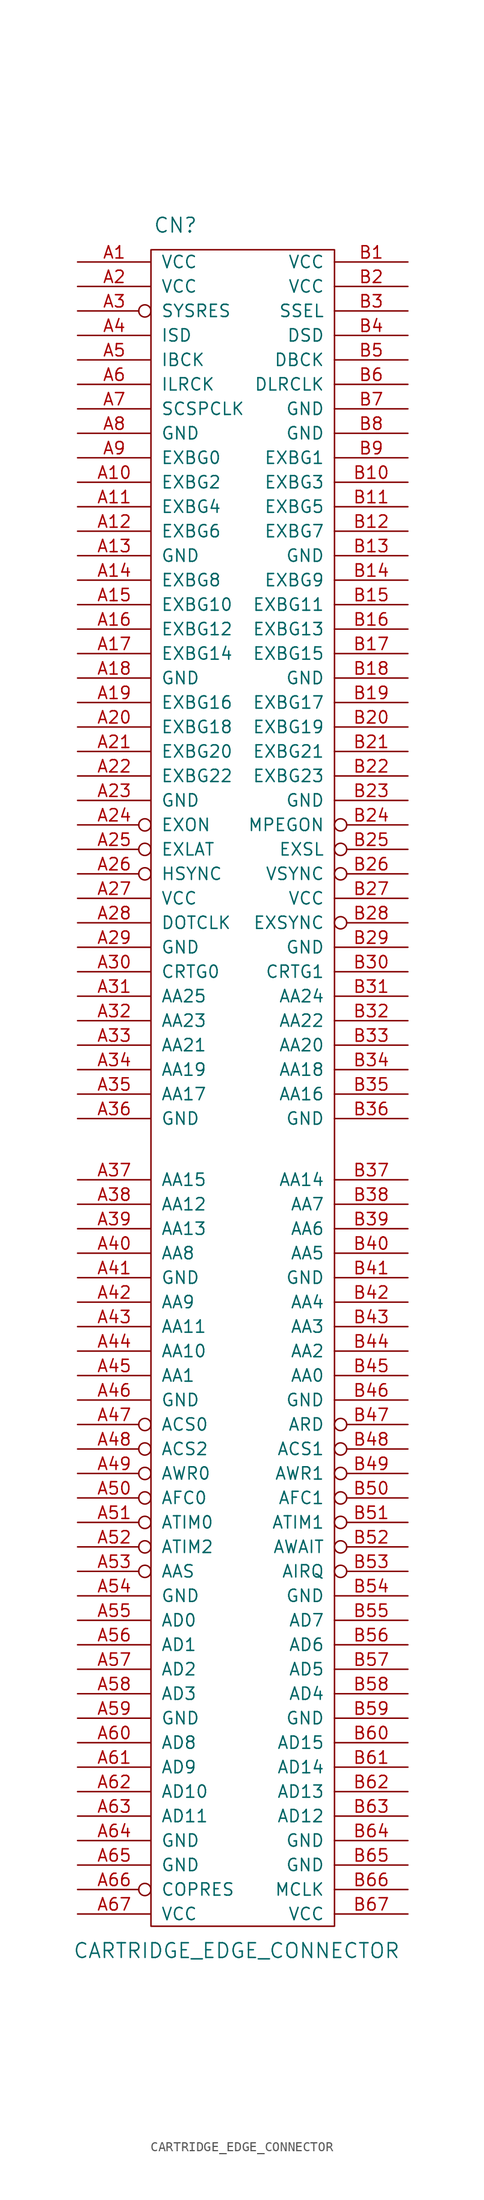
<source format=kicad_sym>
(kicad_symbol_lib
  (version 20211014)
  (generator kicad_symbol_editor)
  (symbol "CARTRIDGE_EDGE_CONNECTOR"
    (pin_names
      (offset 1.016))
    (property "Reference" "CN"
      (at -6.35 96.52 0)
      (effects (font (size 1.524 1.524))))
    (property "Value" "CARTRIDGE_EDGE_CONNECTOR"
      (at 0 -82.55 0)
      (effects (font (size 1.524 1.524))))
    (property "Footprint" ""
      (at 0 0 0)
      (effects (font (size 1.524 1.524))))
    (property "Datasheet" ""
      (at 0 0 0)
      (effects (font (size 1.524 1.524))))
    (symbol "CARTRIDGE_EDGE_CONNECTOR_0_1"
      (rectangle (start -8.89 93.98) (end 10.16 -80.01) (stroke (width 0) (type default) (color 0 0 0 0)) (fill (type none))))
    (symbol "CARTRIDGE_EDGE_CONNECTOR_1_1"
      (pin power_in line (at -16.51 92.71 0) (length 7.62) (name "VCC" (effects (font (size 1.27 1.27)))) (number "A1" (effects (font (size 1.27 1.27)))))
      (pin input line (at -16.51 69.85 0) (length 7.62) (name "EXBG2" (effects (font (size 1.27 1.27)))) (number "A10" (effects (font (size 1.27 1.27)))))
      (pin input line (at -16.51 67.31 0) (length 7.62) (name "EXBG4" (effects (font (size 1.27 1.27)))) (number "A11" (effects (font (size 1.27 1.27)))))
      (pin input line (at -16.51 64.77 0) (length 7.62) (name "EXBG6" (effects (font (size 1.27 1.27)))) (number "A12" (effects (font (size 1.27 1.27)))))
      (pin power_in line (at -16.51 62.23 0) (length 7.62) (name "GND" (effects (font (size 1.27 1.27)))) (number "A13" (effects (font (size 1.27 1.27)))))
      (pin input line (at -16.51 59.69 0) (length 7.62) (name "EXBG8" (effects (font (size 1.27 1.27)))) (number "A14" (effects (font (size 1.27 1.27)))))
      (pin input line (at -16.51 57.15 0) (length 7.62) (name "EXBG10" (effects (font (size 1.27 1.27)))) (number "A15" (effects (font (size 1.27 1.27)))))
      (pin input line (at -16.51 54.61 0) (length 7.62) (name "EXBG12" (effects (font (size 1.27 1.27)))) (number "A16" (effects (font (size 1.27 1.27)))))
      (pin input line (at -16.51 52.07 0) (length 7.62) (name "EXBG14" (effects (font (size 1.27 1.27)))) (number "A17" (effects (font (size 1.27 1.27)))))
      (pin power_in line (at -16.51 49.53 0) (length 7.62) (name "GND" (effects (font (size 1.27 1.27)))) (number "A18" (effects (font (size 1.27 1.27)))))
      (pin input line (at -16.51 46.99 0) (length 7.62) (name "EXBG16" (effects (font (size 1.27 1.27)))) (number "A19" (effects (font (size 1.27 1.27)))))
      (pin power_in line (at -16.51 90.17 0) (length 7.62) (name "VCC" (effects (font (size 1.27 1.27)))) (number "A2" (effects (font (size 1.27 1.27)))))
      (pin input line (at -16.51 44.45 0) (length 7.62) (name "EXBG18" (effects (font (size 1.27 1.27)))) (number "A20" (effects (font (size 1.27 1.27)))))
      (pin input line (at -16.51 41.91 0) (length 7.62) (name "EXBG20" (effects (font (size 1.27 1.27)))) (number "A21" (effects (font (size 1.27 1.27)))))
      (pin input line (at -16.51 39.37 0) (length 7.62) (name "EXBG22" (effects (font (size 1.27 1.27)))) (number "A22" (effects (font (size 1.27 1.27)))))
      (pin power_in line (at -16.51 36.83 0) (length 7.62) (name "GND" (effects (font (size 1.27 1.27)))) (number "A23" (effects (font (size 1.27 1.27)))))
      (pin input inverted (at -16.51 34.29 0) (length 7.62) (name "EXON" (effects (font (size 1.27 1.27)))) (number "A24" (effects (font (size 1.27 1.27)))))
      (pin input inverted (at -16.51 31.75 0) (length 7.62) (name "EXLAT" (effects (font (size 1.27 1.27)))) (number "A25" (effects (font (size 1.27 1.27)))))
      (pin input inverted (at -16.51 29.21 0) (length 7.62) (name "HSYNC" (effects (font (size 1.27 1.27)))) (number "A26" (effects (font (size 1.27 1.27)))))
      (pin power_in line (at -16.51 26.67 0) (length 7.62) (name "VCC" (effects (font (size 1.27 1.27)))) (number "A27" (effects (font (size 1.27 1.27)))))
      (pin input line (at -16.51 24.13 0) (length 7.62) (name "DOTCLK" (effects (font (size 1.27 1.27)))) (number "A28" (effects (font (size 1.27 1.27)))))
      (pin power_in line (at -16.51 21.59 0) (length 7.62) (name "GND" (effects (font (size 1.27 1.27)))) (number "A29" (effects (font (size 1.27 1.27)))))
      (pin input inverted (at -16.51 87.63 0) (length 7.62) (name "SYSRES" (effects (font (size 1.27 1.27)))) (number "A3" (effects (font (size 1.27 1.27)))))
      (pin input line (at -16.51 19.05 0) (length 7.62) (name "CRTG0" (effects (font (size 1.27 1.27)))) (number "A30" (effects (font (size 1.27 1.27)))))
      (pin output line (at -16.51 16.51 0) (length 7.62) (name "AA25" (effects (font (size 1.27 1.27)))) (number "A31" (effects (font (size 1.27 1.27)))))
      (pin output line (at -16.51 13.97 0) (length 7.62) (name "AA23" (effects (font (size 1.27 1.27)))) (number "A32" (effects (font (size 1.27 1.27)))))
      (pin output line (at -16.51 11.43 0) (length 7.62) (name "AA21" (effects (font (size 1.27 1.27)))) (number "A33" (effects (font (size 1.27 1.27)))))
      (pin output line (at -16.51 8.89 0) (length 7.62) (name "AA19" (effects (font (size 1.27 1.27)))) (number "A34" (effects (font (size 1.27 1.27)))))
      (pin output line (at -16.51 6.35 0) (length 7.62) (name "AA17" (effects (font (size 1.27 1.27)))) (number "A35" (effects (font (size 1.27 1.27)))))
      (pin power_in line (at -16.51 3.81 0) (length 7.62) (name "GND" (effects (font (size 1.27 1.27)))) (number "A36" (effects (font (size 1.27 1.27)))))
      (pin output line (at -16.51 -2.54 0) (length 7.62) (name "AA15" (effects (font (size 1.27 1.27)))) (number "A37" (effects (font (size 1.27 1.27)))))
      (pin output line (at -16.51 -5.08 0) (length 7.62) (name "AA12" (effects (font (size 1.27 1.27)))) (number "A38" (effects (font (size 1.27 1.27)))))
      (pin output line (at -16.51 -7.62 0) (length 7.62) (name "AA13" (effects (font (size 1.27 1.27)))) (number "A39" (effects (font (size 1.27 1.27)))))
      (pin input line (at -16.51 85.09 0) (length 7.62) (name "ISD" (effects (font (size 1.27 1.27)))) (number "A4" (effects (font (size 1.27 1.27)))))
      (pin output line (at -16.51 -10.16 0) (length 7.62) (name "AA8" (effects (font (size 1.27 1.27)))) (number "A40" (effects (font (size 1.27 1.27)))))
      (pin power_in line (at -16.51 -12.7 0) (length 7.62) (name "GND" (effects (font (size 1.27 1.27)))) (number "A41" (effects (font (size 1.27 1.27)))))
      (pin output line (at -16.51 -15.24 0) (length 7.62) (name "AA9" (effects (font (size 1.27 1.27)))) (number "A42" (effects (font (size 1.27 1.27)))))
      (pin output line (at -16.51 -17.78 0) (length 7.62) (name "AA11" (effects (font (size 1.27 1.27)))) (number "A43" (effects (font (size 1.27 1.27)))))
      (pin output line (at -16.51 -20.32 0) (length 7.62) (name "AA10" (effects (font (size 1.27 1.27)))) (number "A44" (effects (font (size 1.27 1.27)))))
      (pin output line (at -16.51 -22.86 0) (length 7.62) (name "AA1" (effects (font (size 1.27 1.27)))) (number "A45" (effects (font (size 1.27 1.27)))))
      (pin power_in line (at -16.51 -25.4 0) (length 7.62) (name "GND" (effects (font (size 1.27 1.27)))) (number "A46" (effects (font (size 1.27 1.27)))))
      (pin output inverted (at -16.51 -27.94 0) (length 7.62) (name "ACS0" (effects (font (size 1.27 1.27)))) (number "A47" (effects (font (size 1.27 1.27)))))
      (pin output inverted (at -16.51 -30.48 0) (length 7.62) (name "ACS2" (effects (font (size 1.27 1.27)))) (number "A48" (effects (font (size 1.27 1.27)))))
      (pin output inverted (at -16.51 -33.02 0) (length 7.62) (name "AWR0" (effects (font (size 1.27 1.27)))) (number "A49" (effects (font (size 1.27 1.27)))))
      (pin input line (at -16.51 82.55 0) (length 7.62) (name "IBCK" (effects (font (size 1.27 1.27)))) (number "A5" (effects (font (size 1.27 1.27)))))
      (pin output inverted (at -16.51 -35.56 0) (length 7.62) (name "AFC0" (effects (font (size 1.27 1.27)))) (number "A50" (effects (font (size 1.27 1.27)))))
      (pin input inverted (at -16.51 -38.1 0) (length 7.62) (name "ATIM0" (effects (font (size 1.27 1.27)))) (number "A51" (effects (font (size 1.27 1.27)))))
      (pin input inverted (at -16.51 -40.64 0) (length 7.62) (name "ATIM2" (effects (font (size 1.27 1.27)))) (number "A52" (effects (font (size 1.27 1.27)))))
      (pin input inverted (at -16.51 -43.18 0) (length 7.62) (name "AAS" (effects (font (size 1.27 1.27)))) (number "A53" (effects (font (size 1.27 1.27)))))
      (pin power_in line (at -16.51 -45.72 0) (length 7.62) (name "GND" (effects (font (size 1.27 1.27)))) (number "A54" (effects (font (size 1.27 1.27)))))
      (pin bidirectional line (at -16.51 -48.26 0) (length 7.62) (name "AD0" (effects (font (size 1.27 1.27)))) (number "A55" (effects (font (size 1.27 1.27)))))
      (pin bidirectional line (at -16.51 -50.8 0) (length 7.62) (name "AD1" (effects (font (size 1.27 1.27)))) (number "A56" (effects (font (size 1.27 1.27)))))
      (pin bidirectional line (at -16.51 -53.34 0) (length 7.62) (name "AD2" (effects (font (size 1.27 1.27)))) (number "A57" (effects (font (size 1.27 1.27)))))
      (pin bidirectional line (at -16.51 -55.88 0) (length 7.62) (name "AD3" (effects (font (size 1.27 1.27)))) (number "A58" (effects (font (size 1.27 1.27)))))
      (pin power_in line (at -16.51 -58.42 0) (length 7.62) (name "GND" (effects (font (size 1.27 1.27)))) (number "A59" (effects (font (size 1.27 1.27)))))
      (pin input line (at -16.51 80.01 0) (length 7.62) (name "ILRCK" (effects (font (size 1.27 1.27)))) (number "A6" (effects (font (size 1.27 1.27)))))
      (pin bidirectional line (at -16.51 -60.96 0) (length 7.62) (name "AD8" (effects (font (size 1.27 1.27)))) (number "A60" (effects (font (size 1.27 1.27)))))
      (pin bidirectional line (at -16.51 -63.5 0) (length 7.62) (name "AD9" (effects (font (size 1.27 1.27)))) (number "A61" (effects (font (size 1.27 1.27)))))
      (pin bidirectional line (at -16.51 -66.04 0) (length 7.62) (name "AD10" (effects (font (size 1.27 1.27)))) (number "A62" (effects (font (size 1.27 1.27)))))
      (pin bidirectional line (at -16.51 -68.58 0) (length 7.62) (name "AD11" (effects (font (size 1.27 1.27)))) (number "A63" (effects (font (size 1.27 1.27)))))
      (pin power_in line (at -16.51 -71.12 0) (length 7.62) (name "GND" (effects (font (size 1.27 1.27)))) (number "A64" (effects (font (size 1.27 1.27)))))
      (pin power_in line (at -16.51 -73.66 0) (length 7.62) (name "GND" (effects (font (size 1.27 1.27)))) (number "A65" (effects (font (size 1.27 1.27)))))
      (pin input inverted (at -16.51 -76.2 0) (length 7.62) (name "COPRES" (effects (font (size 1.27 1.27)))) (number "A66" (effects (font (size 1.27 1.27)))))
      (pin power_in line (at -16.51 -78.74 0) (length 7.62) (name "VCC" (effects (font (size 1.27 1.27)))) (number "A67" (effects (font (size 1.27 1.27)))))
      (pin input line (at -16.51 77.47 0) (length 7.62) (name "SCSPCLK" (effects (font (size 1.27 1.27)))) (number "A7" (effects (font (size 1.27 1.27)))))
      (pin power_in line (at -16.51 74.93 0) (length 7.62) (name "GND" (effects (font (size 1.27 1.27)))) (number "A8" (effects (font (size 1.27 1.27)))))
      (pin input line (at -16.51 72.39 0) (length 7.62) (name "EXBG0" (effects (font (size 1.27 1.27)))) (number "A9" (effects (font (size 1.27 1.27)))))
      (pin power_in line (at 17.78 92.71 180) (length 7.62) (name "VCC" (effects (font (size 1.27 1.27)))) (number "B1" (effects (font (size 1.27 1.27)))))
      (pin input line (at 17.78 69.85 180) (length 7.62) (name "EXBG3" (effects (font (size 1.27 1.27)))) (number "B10" (effects (font (size 1.27 1.27)))))
      (pin input line (at 17.78 67.31 180) (length 7.62) (name "EXBG5" (effects (font (size 1.27 1.27)))) (number "B11" (effects (font (size 1.27 1.27)))))
      (pin input line (at 17.78 64.77 180) (length 7.62) (name "EXBG7" (effects (font (size 1.27 1.27)))) (number "B12" (effects (font (size 1.27 1.27)))))
      (pin power_in line (at 17.78 62.23 180) (length 7.62) (name "GND" (effects (font (size 1.27 1.27)))) (number "B13" (effects (font (size 1.27 1.27)))))
      (pin input line (at 17.78 59.69 180) (length 7.62) (name "EXBG9" (effects (font (size 1.27 1.27)))) (number "B14" (effects (font (size 1.27 1.27)))))
      (pin input line (at 17.78 57.15 180) (length 7.62) (name "EXBG11" (effects (font (size 1.27 1.27)))) (number "B15" (effects (font (size 1.27 1.27)))))
      (pin input line (at 17.78 54.61 180) (length 7.62) (name "EXBG13" (effects (font (size 1.27 1.27)))) (number "B16" (effects (font (size 1.27 1.27)))))
      (pin input line (at 17.78 52.07 180) (length 7.62) (name "EXBG15" (effects (font (size 1.27 1.27)))) (number "B17" (effects (font (size 1.27 1.27)))))
      (pin power_in line (at 17.78 49.53 180) (length 7.62) (name "GND" (effects (font (size 1.27 1.27)))) (number "B18" (effects (font (size 1.27 1.27)))))
      (pin input line (at 17.78 46.99 180) (length 7.62) (name "EXBG17" (effects (font (size 1.27 1.27)))) (number "B19" (effects (font (size 1.27 1.27)))))
      (pin power_in line (at 17.78 90.17 180) (length 7.62) (name "VCC" (effects (font (size 1.27 1.27)))) (number "B2" (effects (font (size 1.27 1.27)))))
      (pin input line (at 17.78 44.45 180) (length 7.62) (name "EXBG19" (effects (font (size 1.27 1.27)))) (number "B20" (effects (font (size 1.27 1.27)))))
      (pin input line (at 17.78 41.91 180) (length 7.62) (name "EXBG21" (effects (font (size 1.27 1.27)))) (number "B21" (effects (font (size 1.27 1.27)))))
      (pin input line (at 17.78 39.37 180) (length 7.62) (name "EXBG23" (effects (font (size 1.27 1.27)))) (number "B22" (effects (font (size 1.27 1.27)))))
      (pin power_in line (at 17.78 36.83 180) (length 7.62) (name "GND" (effects (font (size 1.27 1.27)))) (number "B23" (effects (font (size 1.27 1.27)))))
      (pin input inverted (at 17.78 34.29 180) (length 7.62) (name "MPEGON" (effects (font (size 1.27 1.27)))) (number "B24" (effects (font (size 1.27 1.27)))))
      (pin input inverted (at 17.78 31.75 180) (length 7.62) (name "EXSL" (effects (font (size 1.27 1.27)))) (number "B25" (effects (font (size 1.27 1.27)))))
      (pin input inverted (at 17.78 29.21 180) (length 7.62) (name "VSYNC" (effects (font (size 1.27 1.27)))) (number "B26" (effects (font (size 1.27 1.27)))))
      (pin power_in line (at 17.78 26.67 180) (length 7.62) (name "VCC" (effects (font (size 1.27 1.27)))) (number "B27" (effects (font (size 1.27 1.27)))))
      (pin input inverted (at 17.78 24.13 180) (length 7.62) (name "EXSYNC" (effects (font (size 1.27 1.27)))) (number "B28" (effects (font (size 1.27 1.27)))))
      (pin power_in line (at 17.78 21.59 180) (length 7.62) (name "GND" (effects (font (size 1.27 1.27)))) (number "B29" (effects (font (size 1.27 1.27)))))
      (pin input line (at 17.78 87.63 180) (length 7.62) (name "SSEL" (effects (font (size 1.27 1.27)))) (number "B3" (effects (font (size 1.27 1.27)))))
      (pin input line (at 17.78 19.05 180) (length 7.62) (name "CRTG1" (effects (font (size 1.27 1.27)))) (number "B30" (effects (font (size 1.27 1.27)))))
      (pin input line (at 17.78 16.51 180) (length 7.62) (name "AA24" (effects (font (size 1.27 1.27)))) (number "B31" (effects (font (size 1.27 1.27)))))
      (pin output line (at 17.78 13.97 180) (length 7.62) (name "AA22" (effects (font (size 1.27 1.27)))) (number "B32" (effects (font (size 1.27 1.27)))))
      (pin output line (at 17.78 11.43 180) (length 7.62) (name "AA20" (effects (font (size 1.27 1.27)))) (number "B33" (effects (font (size 1.27 1.27)))))
      (pin output line (at 17.78 8.89 180) (length 7.62) (name "AA18" (effects (font (size 1.27 1.27)))) (number "B34" (effects (font (size 1.27 1.27)))))
      (pin output line (at 17.78 6.35 180) (length 7.62) (name "AA16" (effects (font (size 1.27 1.27)))) (number "B35" (effects (font (size 1.27 1.27)))))
      (pin power_in line (at 17.78 3.81 180) (length 7.62) (name "GND" (effects (font (size 1.27 1.27)))) (number "B36" (effects (font (size 1.27 1.27)))))
      (pin output line (at 17.78 -2.54 180) (length 7.62) (name "AA14" (effects (font (size 1.27 1.27)))) (number "B37" (effects (font (size 1.27 1.27)))))
      (pin output line (at 17.78 -5.08 180) (length 7.62) (name "AA7" (effects (font (size 1.27 1.27)))) (number "B38" (effects (font (size 1.27 1.27)))))
      (pin output line (at 17.78 -7.62 180) (length 7.62) (name "AA6" (effects (font (size 1.27 1.27)))) (number "B39" (effects (font (size 1.27 1.27)))))
      (pin input line (at 17.78 85.09 180) (length 7.62) (name "DSD" (effects (font (size 1.27 1.27)))) (number "B4" (effects (font (size 1.27 1.27)))))
      (pin output line (at 17.78 -10.16 180) (length 7.62) (name "AA5" (effects (font (size 1.27 1.27)))) (number "B40" (effects (font (size 1.27 1.27)))))
      (pin power_in line (at 17.78 -12.7 180) (length 7.62) (name "GND" (effects (font (size 1.27 1.27)))) (number "B41" (effects (font (size 1.27 1.27)))))
      (pin output line (at 17.78 -15.24 180) (length 7.62) (name "AA4" (effects (font (size 1.27 1.27)))) (number "B42" (effects (font (size 1.27 1.27)))))
      (pin output line (at 17.78 -17.78 180) (length 7.62) (name "AA3" (effects (font (size 1.27 1.27)))) (number "B43" (effects (font (size 1.27 1.27)))))
      (pin output line (at 17.78 -20.32 180) (length 7.62) (name "AA2" (effects (font (size 1.27 1.27)))) (number "B44" (effects (font (size 1.27 1.27)))))
      (pin input line (at 17.78 -22.86 180) (length 7.62) (name "AA0" (effects (font (size 1.27 1.27)))) (number "B45" (effects (font (size 1.27 1.27)))))
      (pin power_in line (at 17.78 -25.4 180) (length 7.62) (name "GND" (effects (font (size 1.27 1.27)))) (number "B46" (effects (font (size 1.27 1.27)))))
      (pin output inverted (at 17.78 -27.94 180) (length 7.62) (name "ARD" (effects (font (size 1.27 1.27)))) (number "B47" (effects (font (size 1.27 1.27)))))
      (pin output inverted (at 17.78 -30.48 180) (length 7.62) (name "ACS1" (effects (font (size 1.27 1.27)))) (number "B48" (effects (font (size 1.27 1.27)))))
      (pin output inverted (at 17.78 -33.02 180) (length 7.62) (name "AWR1" (effects (font (size 1.27 1.27)))) (number "B49" (effects (font (size 1.27 1.27)))))
      (pin input line (at 17.78 82.55 180) (length 7.62) (name "DBCK" (effects (font (size 1.27 1.27)))) (number "B5" (effects (font (size 1.27 1.27)))))
      (pin input inverted (at 17.78 -35.56 180) (length 7.62) (name "AFC1" (effects (font (size 1.27 1.27)))) (number "B50" (effects (font (size 1.27 1.27)))))
      (pin input inverted (at 17.78 -38.1 180) (length 7.62) (name "ATIM1" (effects (font (size 1.27 1.27)))) (number "B51" (effects (font (size 1.27 1.27)))))
      (pin input inverted (at 17.78 -40.64 180) (length 7.62) (name "AWAIT" (effects (font (size 1.27 1.27)))) (number "B52" (effects (font (size 1.27 1.27)))))
      (pin input inverted (at 17.78 -43.18 180) (length 7.62) (name "AIRQ" (effects (font (size 1.27 1.27)))) (number "B53" (effects (font (size 1.27 1.27)))))
      (pin power_in line (at 17.78 -45.72 180) (length 7.62) (name "GND" (effects (font (size 1.27 1.27)))) (number "B54" (effects (font (size 1.27 1.27)))))
      (pin bidirectional line (at 17.78 -48.26 180) (length 7.62) (name "AD7" (effects (font (size 1.27 1.27)))) (number "B55" (effects (font (size 1.27 1.27)))))
      (pin bidirectional line (at 17.78 -50.8 180) (length 7.62) (name "AD6" (effects (font (size 1.27 1.27)))) (number "B56" (effects (font (size 1.27 1.27)))))
      (pin bidirectional line (at 17.78 -53.34 180) (length 7.62) (name "AD5" (effects (font (size 1.27 1.27)))) (number "B57" (effects (font (size 1.27 1.27)))))
      (pin bidirectional line (at 17.78 -55.88 180) (length 7.62) (name "AD4" (effects (font (size 1.27 1.27)))) (number "B58" (effects (font (size 1.27 1.27)))))
      (pin power_in line (at 17.78 -58.42 180) (length 7.62) (name "GND" (effects (font (size 1.27 1.27)))) (number "B59" (effects (font (size 1.27 1.27)))))
      (pin input line (at 17.78 80.01 180) (length 7.62) (name "DLRCLK" (effects (font (size 1.27 1.27)))) (number "B6" (effects (font (size 1.27 1.27)))))
      (pin bidirectional line (at 17.78 -60.96 180) (length 7.62) (name "AD15" (effects (font (size 1.27 1.27)))) (number "B60" (effects (font (size 1.27 1.27)))))
      (pin bidirectional line (at 17.78 -63.5 180) (length 7.62) (name "AD14" (effects (font (size 1.27 1.27)))) (number "B61" (effects (font (size 1.27 1.27)))))
      (pin bidirectional line (at 17.78 -66.04 180) (length 7.62) (name "AD13" (effects (font (size 1.27 1.27)))) (number "B62" (effects (font (size 1.27 1.27)))))
      (pin bidirectional line (at 17.78 -68.58 180) (length 7.62) (name "AD12" (effects (font (size 1.27 1.27)))) (number "B63" (effects (font (size 1.27 1.27)))))
      (pin power_in line (at 17.78 -71.12 180) (length 7.62) (name "GND" (effects (font (size 1.27 1.27)))) (number "B64" (effects (font (size 1.27 1.27)))))
      (pin power_in line (at 17.78 -73.66 180) (length 7.62) (name "GND" (effects (font (size 1.27 1.27)))) (number "B65" (effects (font (size 1.27 1.27)))))
      (pin output line (at 17.78 -76.2 180) (length 7.62) (name "MCLK" (effects (font (size 1.27 1.27)))) (number "B66" (effects (font (size 1.27 1.27)))))
      (pin power_in line (at 17.78 -78.74 180) (length 7.62) (name "VCC" (effects (font (size 1.27 1.27)))) (number "B67" (effects (font (size 1.27 1.27)))))
      (pin power_in line (at 17.78 77.47 180) (length 7.62) (name "GND" (effects (font (size 1.27 1.27)))) (number "B7" (effects (font (size 1.27 1.27)))))
      (pin power_in line (at 17.78 74.93 180) (length 7.62) (name "GND" (effects (font (size 1.27 1.27)))) (number "B8" (effects (font (size 1.27 1.27)))))
      (pin input line (at 17.78 72.39 180) (length 7.62) (name "EXBG1" (effects (font (size 1.27 1.27)))) (number "B9" (effects (font (size 1.27 1.27))))))))
</source>
